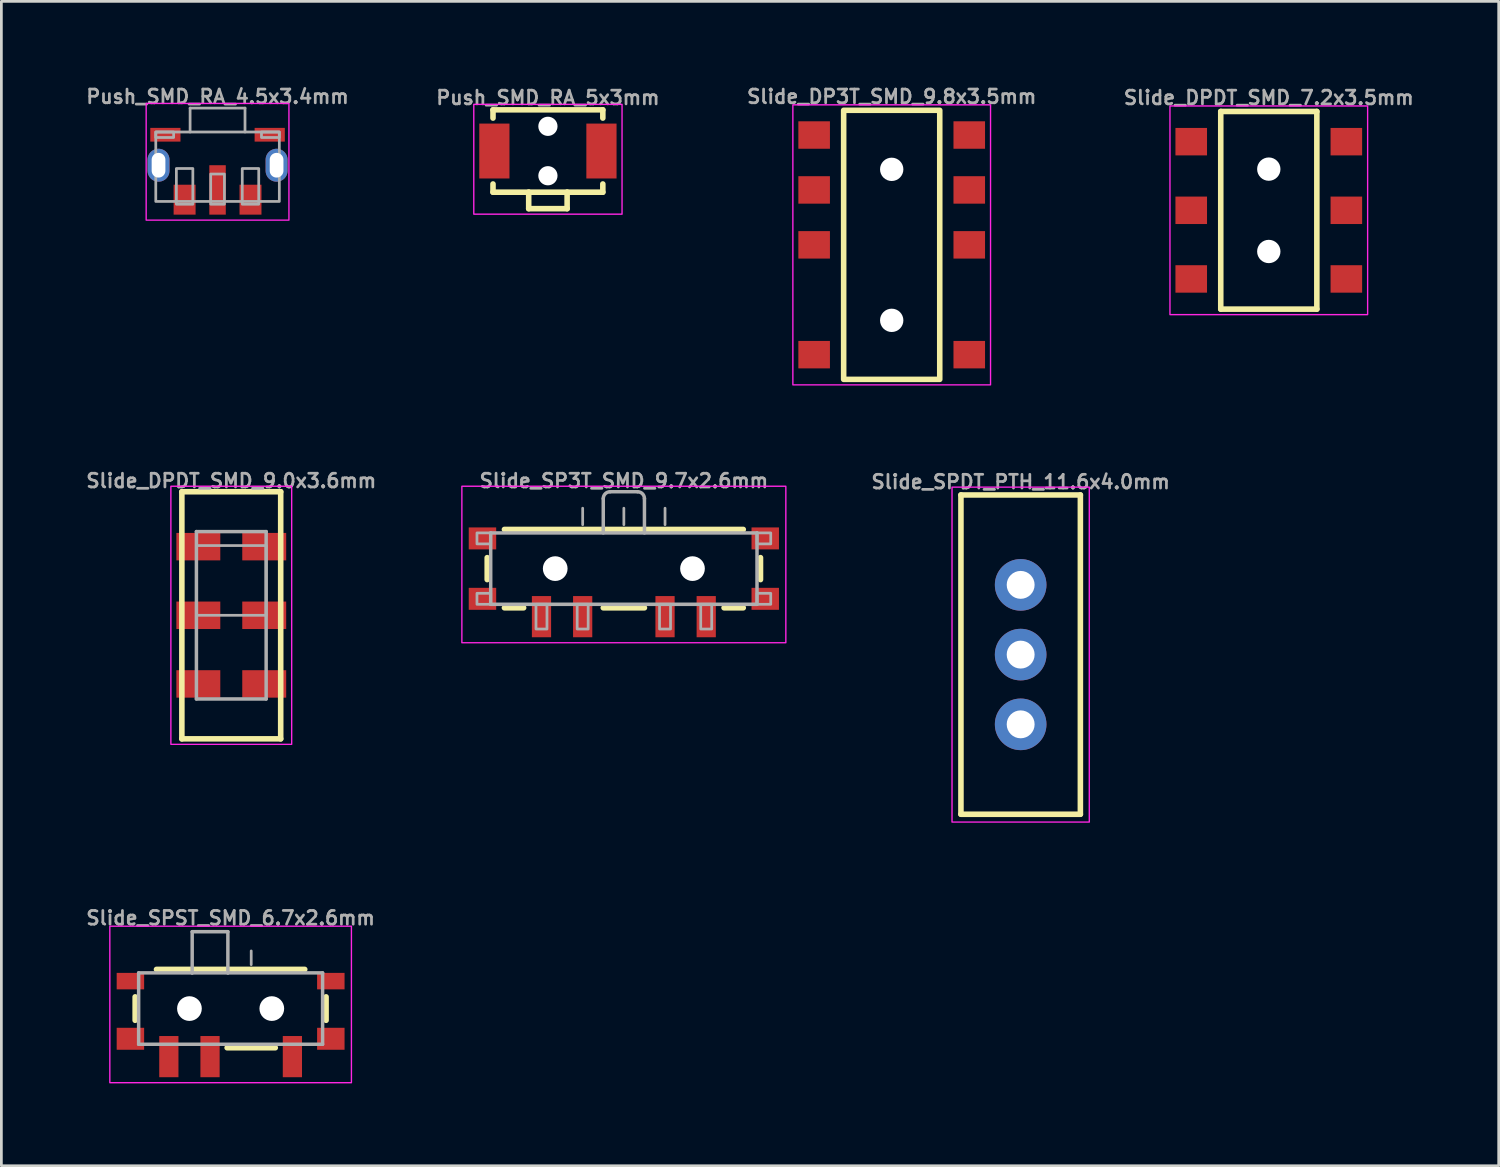
<source format=kicad_pcb>
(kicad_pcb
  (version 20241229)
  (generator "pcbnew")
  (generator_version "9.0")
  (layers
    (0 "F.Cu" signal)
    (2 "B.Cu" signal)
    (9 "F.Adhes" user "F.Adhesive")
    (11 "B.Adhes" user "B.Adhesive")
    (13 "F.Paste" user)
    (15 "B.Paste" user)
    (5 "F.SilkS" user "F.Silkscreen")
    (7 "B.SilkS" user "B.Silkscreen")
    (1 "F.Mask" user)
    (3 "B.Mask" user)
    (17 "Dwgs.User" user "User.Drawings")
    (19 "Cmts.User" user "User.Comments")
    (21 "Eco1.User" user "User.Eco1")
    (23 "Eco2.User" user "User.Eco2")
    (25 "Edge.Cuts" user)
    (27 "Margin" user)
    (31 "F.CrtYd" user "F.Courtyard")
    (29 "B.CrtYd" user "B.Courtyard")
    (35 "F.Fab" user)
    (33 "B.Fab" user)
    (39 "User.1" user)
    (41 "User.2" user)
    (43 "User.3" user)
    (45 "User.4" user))
  (footprint "Slide_SPDT_PTH_11.6x4.0mm"
    (layer "F.Cu")
    (at 34.126 20.793)
    (property "Reference" "Slide_SPDT_PTH_11.6x4.0mm" (at 0 -6 180) (layer "F.Fab") (effects (font (size 0.5 0.5) (thickness 0.1)) (justify bottom)))
    (attr through_hole)
    (fp_line (start -2.175 -5.815) (end -2.175 5.815) (stroke (width 0.203) (type solid)) (layer "F.SilkS"))
    (fp_line (start -2.175 5.815) (end 2.175 5.815) (stroke (width 0.203) (type solid)) (layer "F.SilkS"))
    (fp_line (start 2.175 -5.815) (end -2.175 -5.815) (stroke (width 0.203) (type solid)) (layer "F.SilkS"))
    (fp_line (start 2.175 5.815) (end 2.175 -5.815) (stroke (width 0.203) (type solid)) (layer "F.SilkS"))
    (fp_rect (start 2.5 -6.1) (end -2.5 6.1) (stroke (width 0.05) (type default)) (fill no) (layer "F.CrtYd"))
    (pad "1" thru_hole circle (at 0 -2.54) (size 1.88 1.88) (drill 1.016) (layers "*.Cu" "*.Mask"))
    (pad "2" thru_hole circle (at 0 0) (size 1.88 1.88) (drill 1.016) (layers "*.Cu" "*.Mask"))
    (pad "3" thru_hole circle (at 0 2.54) (size 1.88 1.88) (drill 1.016) (layers "*.Cu" "*.Mask")))
  (footprint "Slide_DPDT_SMD_9.0x3.6mm"
    (layer "F.Cu")
    (at 5.374 19.361)
    (property "Reference" "Slide_DPDT_SMD_9.0x3.6mm" (at 0 -4.9 0) (layer "F.Fab") (effects (font (size 0.5 0.5) (thickness 0.1))))
    (attr smd)
    (fp_line (start -1.8 -4.5) (end 1.8 -4.5) (stroke (width 0.203) (type solid)) (layer "F.SilkS"))
    (fp_line (start -1.8 4.5) (end -1.8 -4.5) (stroke (width 0.203) (type solid)) (layer "F.SilkS"))
    (fp_line (start 1.8 -4.5) (end 1.8 4.5) (stroke (width 0.203) (type solid)) (layer "F.SilkS"))
    (fp_line (start 1.8 4.5) (end -1.8 4.5) (stroke (width 0.203) (type solid)) (layer "F.SilkS"))
    (fp_rect (start 2.2 -4.7) (end -2.2 4.7) (stroke (width 0.05) (type default)) (fill no) (layer "F.CrtYd"))
    (fp_line (start -1.27 -3.048) (end 1.27 -3.048) (stroke (width 0.127) (type solid)) (layer "F.Fab"))
    (fp_line (start -1.27 3.048) (end -1.27 -3.048) (stroke (width 0.127) (type solid)) (layer "F.Fab"))
    (fp_line (start 1.27 -3.048) (end 1.27 3.048) (stroke (width 0.127) (type solid)) (layer "F.Fab"))
    (fp_line (start 1.27 3.048) (end -1.27 3.048) (stroke (width 0.127) (type solid)) (layer "F.Fab"))
    (fp_poly (pts (xy -1.27 -2.54) (xy -1.27 0) (xy 1.27 0) (xy 1.27 -2.54)) (stroke (width 0.1) (type default)) (fill no) (layer "F.Fab"))
    (pad "1" smd rect (at -1.2 2.5 270) (size 1 1.6) (layers "F.Cu" "F.Mask" "F.Paste"))
    (pad "2" smd rect (at -1.2 0 270) (size 1 1.6) (layers "F.Cu" "F.Mask" "F.Paste"))
    (pad "3" smd rect (at -1.2 -2.5 270) (size 1 1.6) (layers "F.Cu" "F.Mask" "F.Paste"))
    (pad "4" smd rect (at 1.2 2.5 270) (size 1 1.6) (layers "F.Cu" "F.Mask" "F.Paste"))
    (pad "5" smd rect (at 1.2 0 270) (size 1 1.6) (layers "F.Cu" "F.Mask" "F.Paste"))
    (pad "6" smd rect (at 1.2 -2.5 270) (size 1 1.6) (layers "F.Cu" "F.Mask" "F.Paste")))
  (footprint "Slide_SP3T_SMD_9.7x2.6mm"
    (layer "F.Cu")
    (at 19.673 17.661)
    (property "Reference" "Slide_SP3T_SMD_9.7x2.6mm" (at 0 -3.2 0) (layer "F.Fab") (effects (font (size 0.5 0.5) (thickness 0.1))))
    (attr smd)
    (fp_line (start -4.977 0.4) (end -4.977 -0.4) (stroke (width 0.203) (type solid)) (layer "F.SilkS"))
    (fp_line (start -4.35 -1.427) (end 4.35 -1.427) (stroke (width 0.203) (type solid)) (layer "F.SilkS"))
    (fp_line (start -3.65 1.427) (end -4.35 1.427) (stroke (width 0.203) (type solid)) (layer "F.SilkS"))
    (fp_line (start 0.75 1.427) (end -0.75 1.427) (stroke (width 0.203) (type solid)) (layer "F.SilkS"))
    (fp_line (start 4.35 1.427) (end 3.65 1.427) (stroke (width 0.203) (type solid)) (layer "F.SilkS"))
    (fp_line (start 4.977 -0.4) (end 4.977 0.4) (stroke (width 0.203) (type solid)) (layer "F.SilkS"))
    (fp_rect (start -5.9 -3) (end 5.9 2.7) (stroke (width 0.05) (type default)) (fill no) (layer "F.CrtYd"))
    (fp_line (start -4.85 -1.3) (end 4.85 -1.3) (stroke (width 0.127) (type solid)) (layer "F.Fab"))
    (fp_line (start -4.85 1.3) (end -4.85 -1.3) (stroke (width 0.127) (type solid)) (layer "F.Fab"))
    (fp_line (start -1.5 -2.2) (end -1.5 -1.6) (stroke (width 0.1) (type default)) (layer "F.Fab"))
    (fp_line (start -0.75 -2.55) (end -0.75 -1.3) (stroke (width 0.127) (type solid)) (layer "F.Fab"))
    (fp_line (start 0 -2.2) (end 0 -1.6) (stroke (width 0.1) (type default)) (layer "F.Fab"))
    (fp_line (start 0.5 -2.8) (end -0.5 -2.8) (stroke (width 0.127) (type solid)) (layer "F.Fab"))
    (fp_line (start 0.75 -1.3) (end 0.75 -2.55) (stroke (width 0.127) (type solid)) (layer "F.Fab"))
    (fp_line (start 1.5 -2.2) (end 1.5 -1.6) (stroke (width 0.1) (type default)) (layer "F.Fab"))
    (fp_line (start 4.85 -1.3) (end 4.85 1.3) (stroke (width 0.127) (type solid)) (layer "F.Fab"))
    (fp_line (start 4.85 1.3) (end -4.85 1.3) (stroke (width 0.127) (type solid)) (layer "F.Fab"))
    (fp_arc (start -0.75 -2.55) (mid -0.676777 -2.726777) (end -0.5 -2.8) (stroke (width 0.127) (type solid)) (layer "F.Fab"))
    (fp_arc (start 0.5 -2.8) (mid 0.676777 -2.726777) (end 0.75 -2.55) (stroke (width 0.127) (type solid)) (layer "F.Fab"))
    (fp_poly (pts (xy -4.85 -1.3) (xy -5.35 -1.3) (xy -5.35 -0.9) (xy -4.85 -0.9)) (stroke (width 0.1) (type default)) (fill no) (layer "F.Fab"))
    (fp_poly (pts (xy -4.85 0.9) (xy -5.35 0.9) (xy -5.35 1.3) (xy -4.85 1.3)) (stroke (width 0.1) (type default)) (fill no) (layer "F.Fab"))
    (fp_poly (pts (xy -3.2 2.2) (xy -2.8 2.2) (xy -2.8 1.3) (xy -3.2 1.3)) (stroke (width 0.1) (type default)) (fill no) (layer "F.Fab"))
    (fp_poly (pts (xy -1.7 2.2) (xy -1.3 2.2) (xy -1.3 1.3) (xy -1.7 1.3)) (stroke (width 0.1) (type default)) (fill no) (layer "F.Fab"))
    (fp_poly (pts (xy 1.3 2.2) (xy 1.7 2.2) (xy 1.7 1.3) (xy 1.3 1.3)) (stroke (width 0.1) (type default)) (fill no) (layer "F.Fab"))
    (fp_poly (pts (xy 2.8 2.2) (xy 3.2 2.2) (xy 3.2 1.3) (xy 2.8 1.3)) (stroke (width 0.1) (type default)) (fill no) (layer "F.Fab"))
    (fp_poly (pts (xy 4.85 -0.9) (xy 5.35 -0.9) (xy 5.35 -1.3) (xy 4.85 -1.3)) (stroke (width 0.1) (type default)) (fill no) (layer "F.Fab"))
    (fp_poly (pts (xy 4.85 1.3) (xy 5.35 1.3) (xy 5.35 0.9) (xy 4.85 0.9)) (stroke (width 0.1) (type default)) (fill no) (layer "F.Fab"))
    (pad "" np_thru_hole circle (at -2.5 0) (size 0.9 0.9) (drill 0.9) (layers "*.Cu" "*.Mask"))
    (pad "" np_thru_hole circle (at 2.5 0) (size 0.9 0.9) (drill 0.9) (layers "*.Cu" "*.Mask"))
    (pad "1" smd rect (at 3 1.75 180) (size 0.7 1.5) (layers "F.Cu" "F.Mask" "F.Paste"))
    (pad "2" smd rect (at 1.5 1.75 180) (size 0.7 1.5) (layers "F.Cu" "F.Mask" "F.Paste"))
    (pad "3" smd rect (at -1.5 1.75 180) (size 0.7 1.5) (layers "F.Cu" "F.Mask" "F.Paste"))
    (pad "4" smd rect (at -3 1.75 180) (size 0.7 1.5) (layers "F.Cu" "F.Mask" "F.Paste"))
    (pad "MT1" smd rect (at -5.15 -1.1 180) (size 1 0.8) (layers "F.Cu" "F.Mask" "F.Paste"))
    (pad "MT2" smd rect (at -5.15 1.1 180) (size 1 0.8) (layers "F.Cu" "F.Mask" "F.Paste"))
    (pad "MT3" smd rect (at 5.15 1.1 180) (size 1 0.8) (layers "F.Cu" "F.Mask" "F.Paste"))
    (pad "MT4" smd rect (at 5.15 -1.1 180) (size 1 0.8) (layers "F.Cu" "F.Mask" "F.Paste")))
  (footprint "Push_SMD_RA_5x3mm"
    (layer "F.Cu")
    (at 16.907 2.451)
    (property "Reference" "Push_SMD_RA_5x3mm" (at 0 -1.651 0) (layer "F.Fab") (effects (font (size 0.5 0.5) (thickness 0.1) (bold yes)) (justify bottom)))
    (attr smd)
    (fp_line (start -2 -1.5) (end 2 -1.5) (stroke (width 0.203) (type solid)) (layer "F.SilkS"))
    (fp_line (start -2 -1.2) (end -2 -1.5) (stroke (width 0.203) (type solid)) (layer "F.SilkS"))
    (fp_line (start -2 1.2) (end -2 1.5) (stroke (width 0.203) (type solid)) (layer "F.SilkS"))
    (fp_line (start -2 1.5) (end -0.7 1.5) (stroke (width 0.203) (type solid)) (layer "F.SilkS"))
    (fp_line (start -0.7 1.5) (end 0.7 1.5) (stroke (width 0.203) (type solid)) (layer "F.SilkS"))
    (fp_line (start -0.7 2.1) (end -0.7 1.5) (stroke (width 0.203) (type solid)) (layer "F.SilkS"))
    (fp_line (start -0.7 2.1) (end 0.7 2.1) (stroke (width 0.203) (type solid)) (layer "F.SilkS"))
    (fp_line (start 0.7 1.5) (end 2 1.5) (stroke (width 0.203) (type solid)) (layer "F.SilkS"))
    (fp_line (start 0.7 2.1) (end 0.7 1.5) (stroke (width 0.203) (type solid)) (layer "F.SilkS"))
    (fp_line (start 2 -1.5) (end 2 -1.2) (stroke (width 0.203) (type solid)) (layer "F.SilkS"))
    (fp_line (start 2 1.5) (end 2 1.2) (stroke (width 0.203) (type solid)) (layer "F.SilkS"))
    (fp_rect (start 2.7 -1.7) (end -2.7 2.3) (stroke (width 0.05) (type default)) (fill no) (layer "F.CrtYd"))
    (pad "" np_thru_hole circle (at 0 -0.9) (size 0.7 0.7) (drill 0.7) (layers "*.Cu" "*.Mask"))
    (pad "" np_thru_hole circle (at 0 0.9) (size 0.7 0.7) (drill 0.7) (layers "*.Cu" "*.Mask"))
    (pad "1" smd rect (at -1.95 0 90) (size 2 1.1) (layers "F.Cu" "F.Mask" "F.Paste"))
    (pad "2" smd rect (at 1.95 0 90) (size 2 1.1) (layers "F.Cu" "F.Mask" "F.Paste")))
  (footprint "Slide_DPDT_SMD_7.2x3.5mm"
    (layer "F.Cu")
    (at 43.164 4.61)
    (property "Reference" "Slide_DPDT_SMD_7.2x3.5mm" (at 0 -3.81 180) (layer "F.Fab") (effects (font (size 0.5 0.5) (thickness 0.1)) (justify bottom)))
    (attr smd)
    (fp_line (start -1.75 -3.6) (end -1.75 3.6) (stroke (width 0.203) (type solid)) (layer "F.SilkS"))
    (fp_line (start -1.75 3.6) (end 1.75 3.6) (stroke (width 0.203) (type solid)) (layer "F.SilkS"))
    (fp_line (start 1.75 -3.6) (end -1.75 -3.6) (stroke (width 0.203) (type solid)) (layer "F.SilkS"))
    (fp_line (start 1.75 3.6) (end 1.75 -3.6) (stroke (width 0.203) (type solid)) (layer "F.SilkS"))
    (fp_rect (start -3.6 -3.8) (end 3.6 3.8) (stroke (width 0.05) (type default)) (fill no) (layer "F.CrtYd"))
    (pad "" np_thru_hole circle (at 0 -1.5 90) (size 0.85 0.85) (drill 0.85) (layers "*.Cu" "*.Mask"))
    (pad "" np_thru_hole circle (at 0 1.5 90) (size 0.85 0.85) (drill 0.85) (layers "*.Cu" "*.Mask"))
    (pad "1" smd rect (at -2.825 2.5 90) (size 1 1.15) (layers "F.Cu" "F.Mask" "F.Paste"))
    (pad "2" smd rect (at -2.825 0 90) (size 1 1.15) (layers "F.Cu" "F.Mask" "F.Paste"))
    (pad "3" smd rect (at -2.825 -2.5 90) (size 1 1.15) (layers "F.Cu" "F.Mask" "F.Paste"))
    (pad "4" smd rect (at 2.825 2.5 90) (size 1 1.15) (layers "F.Cu" "F.Mask" "F.Paste"))
    (pad "5" smd rect (at 2.825 0 90) (size 1 1.15) (layers "F.Cu" "F.Mask" "F.Paste"))
    (pad "6" smd rect (at 2.825 -2.5 90) (size 1 1.15) (layers "F.Cu" "F.Mask" "F.Paste")))
  (footprint "Push_SMD_RA_4.5x3.4mm"
    (layer "F.Cu")
    (at 4.874 2.968)
    (property "Reference" "Push_SMD_RA_4.5x3.4mm" (at 0 -2.5 0) (layer "F.Fab") (effects (font (size 0.5 0.5) (thickness 0.1) (bold yes))))
    (attr smd)
    (fp_rect (start -2.6 -2.25) (end 2.6 2) (stroke (width 0.05) (type default)) (fill no) (layer "F.CrtYd"))
    (fp_line (start -1 -2.08) (end 1 -2.08) (stroke (width 0.1) (type default)) (layer "F.Fab"))
    (fp_line (start -1 -1.21) (end -1 -2.08) (stroke (width 0.1) (type default)) (layer "F.Fab"))
    (fp_line (start 1 -2.08) (end 1 -1.21) (stroke (width 0.1) (type default)) (layer "F.Fab"))
    (fp_rect (start -2.25 -1.21) (end -1.6 -1.01) (stroke (width 0.1) (type solid)) (fill no) (layer "F.Fab"))
    (fp_rect (start -2.25 -1.21) (end 2.25 1.32) (stroke (width 0.1) (type default)) (fill no) (layer "F.Fab"))
    (fp_rect (start -2.25 -0.35) (end -2.05 0.35) (stroke (width 0.1) (type solid)) (fill no) (layer "F.Fab"))
    (fp_rect (start -1.5 0.12) (end -0.9 1.42) (stroke (width 0.1) (type solid)) (fill no) (layer "F.Fab"))
    (fp_rect (start -0.25 0.32) (end 0.25 1.42) (stroke (width 0.1) (type solid)) (fill no) (layer "F.Fab"))
    (fp_rect (start 0.9 0.12) (end 1.5 1.42) (stroke (width 0.1) (type solid)) (fill no) (layer "F.Fab"))
    (fp_rect (start 1.6 -1.21) (end 2.25 -1.01) (stroke (width 0.1) (type solid)) (fill no) (layer "F.Fab"))
    (fp_rect (start 2.05 -0.35) (end 2.25 0.35) (stroke (width 0.1) (type solid)) (fill no) (layer "F.Fab"))
    (pad "1" smd rect (at -1.2 1.255 180) (size 0.8 1.09) (layers "F.Cu" "F.Mask" "F.Paste"))
    (pad "1" smd rect (at 1.2 1.255 180) (size 0.8 1.09) (layers "F.Cu" "F.Mask" "F.Paste"))
    (pad "2" smd rect (at 0 0.9 180) (size 0.6 1.8) (layers "F.Cu" "F.Mask" "F.Paste"))
    (pad "NC" thru_hole oval (at -2.15 0 180) (size 0.8 1.2) (drill oval 0.5 0.9) (layers "*.Cu" "*.Mask" "F.Paste"))
    (pad "NC" smd rect (at -1.9 -1.11 180) (size 1.1 0.5) (layers "F.Cu" "F.Mask" "F.Paste"))
    (pad "NC" smd rect (at 1.9 -1.11 180) (size 1.1 0.5) (layers "F.Cu" "F.Mask" "F.Paste"))
    (pad "NC" thru_hole oval (at 2.15 0 180) (size 0.8 1.2) (drill oval 0.5 0.9) (layers "*.Cu" "*.Mask" "F.Paste")))
  (footprint "Slide_DP3T_SMD_9.8x3.5mm"
    (layer "F.Cu")
    (at 29.429 5.868)
    (property "Reference" "Slide_DP3T_SMD_9.8x3.5mm" (at 0 -5.4 180) (layer "F.Fab") (effects (font (size 0.5 0.5) (thickness 0.1))))
    (attr smd)
    (fp_rect (start 1.75 -4.9) (end -1.75 4.9) (stroke (width 0.203) (type default)) (fill no) (layer "F.SilkS"))
    (fp_rect (start -3.6 -5.1) (end 3.6 5.1) (stroke (width 0.05) (type default)) (fill no) (layer "F.CrtYd"))
    (pad "" np_thru_hole circle (at 0 -2.75 90) (size 0.85 0.85) (drill 0.85) (layers "*.Cu" "*.Mask"))
    (pad "" np_thru_hole circle (at 0 2.75 90) (size 0.85 0.85) (drill 0.85) (layers "*.Cu" "*.Mask"))
    (pad "1" smd rect (at 2.825 -4 90) (size 1 1.15) (layers "F.Cu" "F.Mask" "F.Paste"))
    (pad "2" smd rect (at 2.825 -2 90) (size 1 1.15) (layers "F.Cu" "F.Mask" "F.Paste"))
    (pad "3" smd rect (at 2.825 0 90) (size 1 1.15) (layers "F.Cu" "F.Mask" "F.Paste"))
    (pad "4" smd rect (at 2.825 4 90) (size 1 1.15) (layers "F.Cu" "F.Mask" "F.Paste"))
    (pad "5" smd rect (at -2.825 -4 90) (size 1 1.15) (layers "F.Cu" "F.Mask" "F.Paste"))
    (pad "6" smd rect (at -2.825 -2 90) (size 1 1.15) (layers "F.Cu" "F.Mask" "F.Paste"))
    (pad "7" smd rect (at -2.825 0 90) (size 1 1.15) (layers "F.Cu" "F.Mask" "F.Paste"))
    (pad "8" smd rect (at -2.825 4 90) (size 1 1.15) (layers "F.Cu" "F.Mask" "F.Paste")))
  (footprint "Slide_SPST_SMD_6.7x2.6mm"
    (layer "F.Cu")
    (at 5.35 33.686)
    (property "Reference" "Slide_SPST_SMD_6.7x2.6mm" (at 0 -3.3 0) (layer "F.Fab") (effects (font (size 0.5 0.5) (thickness 0.1))))
    (attr smd)
    (fp_line (start -3.477 -0.427) (end -3.477 0.427) (stroke (width 0.203) (type solid)) (layer "F.SilkS"))
    (fp_line (start 1.627 1.427) (end -0.127 1.427) (stroke (width 0.203) (type solid)) (layer "F.SilkS"))
    (fp_line (start 2.7 -1.427) (end -2.7 -1.427) (stroke (width 0.203) (type solid)) (layer "F.SilkS"))
    (fp_line (start 3.477 -0.427) (end 3.477 0.427) (stroke (width 0.203) (type solid)) (layer "F.SilkS"))
    (fp_rect (start 4.4 -3) (end -4.4 2.7) (stroke (width 0.05) (type default)) (fill no) (layer "F.CrtYd"))
    (fp_line (start -3.35 -1.3) (end -3.35 1.3) (stroke (width 0.127) (type solid)) (layer "F.Fab"))
    (fp_line (start -3.35 1.3) (end 3.35 1.3) (stroke (width 0.127) (type solid)) (layer "F.Fab"))
    (fp_line (start -1.4 -2.8) (end -1.4 -1.3) (stroke (width 0.127) (type solid)) (layer "F.Fab"))
    (fp_line (start -1.4 -1.3) (end -3.35 -1.3) (stroke (width 0.127) (type solid)) (layer "F.Fab"))
    (fp_line (start -0.1 -2.8) (end -1.4 -2.8) (stroke (width 0.127) (type solid)) (layer "F.Fab"))
    (fp_line (start -0.1 -1.3) (end -1.4 -1.3) (stroke (width 0.127) (type solid)) (layer "F.Fab"))
    (fp_line (start -0.1 -1.3) (end -0.1 -2.8) (stroke (width 0.127) (type solid)) (layer "F.Fab"))
    (fp_line (start 0.75 -1.6) (end 0.75 -2.1) (stroke (width 0.1) (type default)) (layer "F.Fab"))
    (fp_line (start 3.35 -1.3) (end -0.1 -1.3) (stroke (width 0.127) (type solid)) (layer "F.Fab"))
    (fp_line (start 3.35 1.3) (end 3.35 -1.3) (stroke (width 0.127) (type solid)) (layer "F.Fab"))
    (pad "" np_thru_hole circle (at -1.5 0) (size 0.9 0.9) (drill 0.9) (layers "*.Cu" "*.Mask"))
    (pad "" np_thru_hole circle (at 1.5 0) (size 0.9 0.9) (drill 0.9) (layers "*.Cu" "*.Mask"))
    (pad "1" smd rect (at -2.25 1.75 180) (size 0.7 1.5) (layers "F.Cu" "F.Mask" "F.Paste"))
    (pad "2" smd rect (at -0.75 1.75 180) (size 0.7 1.5) (layers "F.Cu" "F.Mask" "F.Paste"))
    (pad "3" smd rect (at 2.25 1.75 180) (size 0.7 1.5) (layers "F.Cu" "F.Mask" "F.Paste"))
    (pad "MT1" smd rect (at -3.65 -1) (size 1 0.6) (layers "F.Cu" "F.Mask" "F.Paste"))
    (pad "MT2" smd rect (at -3.65 1.1) (size 1 0.8) (layers "F.Cu" "F.Mask" "F.Paste"))
    (pad "MT3" smd rect (at 3.65 1.1) (size 1 0.8) (layers "F.Cu" "F.Mask" "F.Paste"))
    (pad "MT4" smd rect (at 3.65 -1) (size 1 0.6) (layers "F.Cu" "F.Mask" "F.Paste")))
  (gr_rect
    (start -3 -3)
    (end 51.538 39.411)
    (stroke (width 0.1) (type default))
    (fill no)
    (layer "Edge.Cuts")))
</source>
